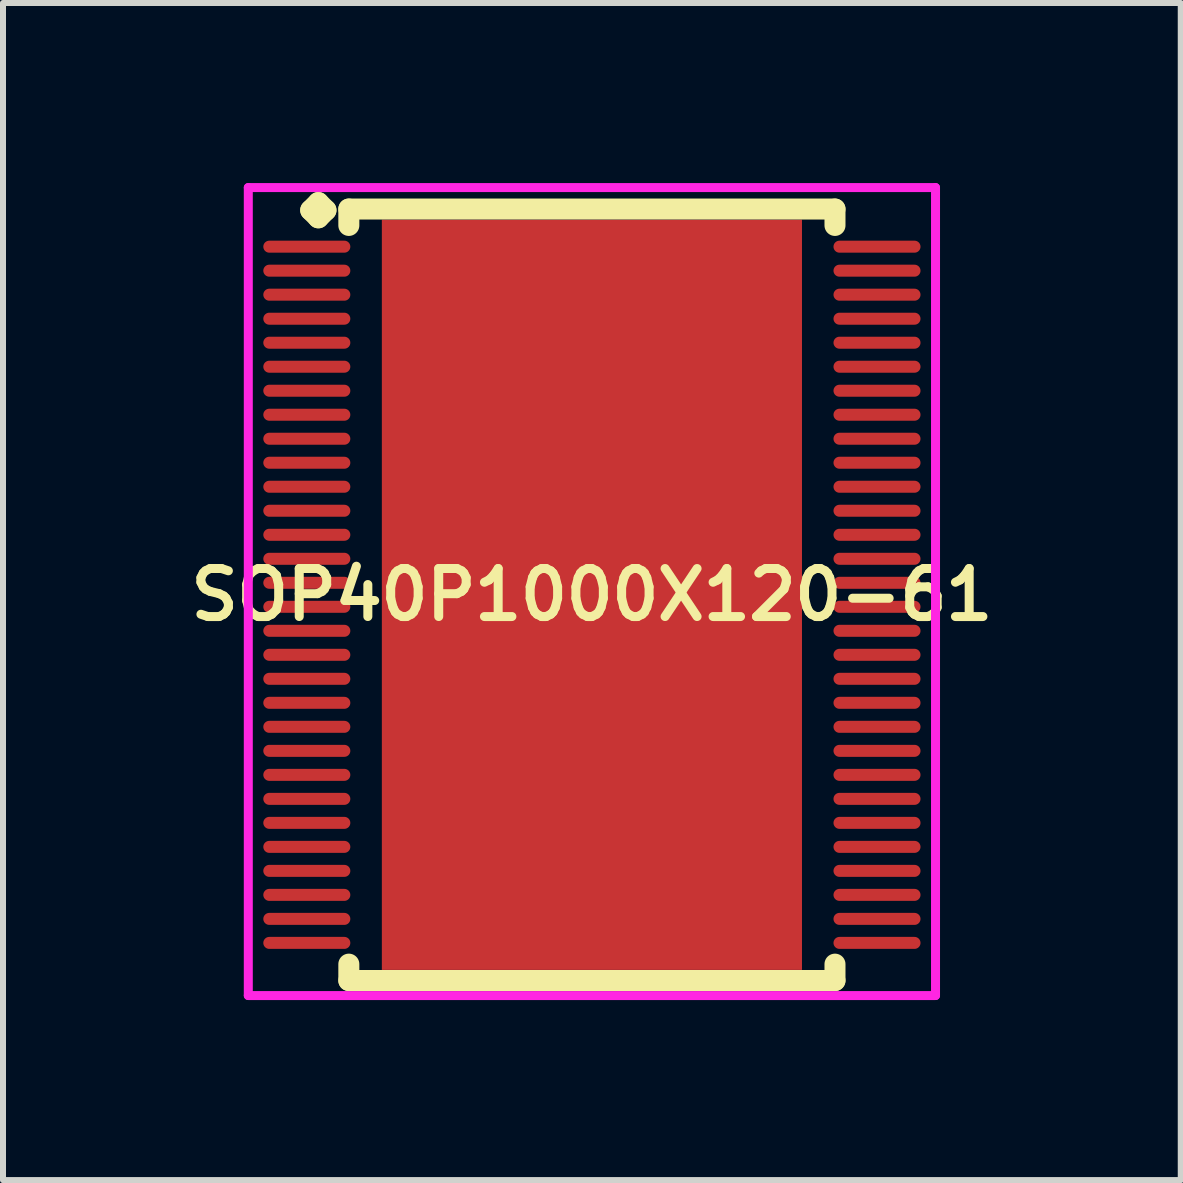
<source format=kicad_pcb>
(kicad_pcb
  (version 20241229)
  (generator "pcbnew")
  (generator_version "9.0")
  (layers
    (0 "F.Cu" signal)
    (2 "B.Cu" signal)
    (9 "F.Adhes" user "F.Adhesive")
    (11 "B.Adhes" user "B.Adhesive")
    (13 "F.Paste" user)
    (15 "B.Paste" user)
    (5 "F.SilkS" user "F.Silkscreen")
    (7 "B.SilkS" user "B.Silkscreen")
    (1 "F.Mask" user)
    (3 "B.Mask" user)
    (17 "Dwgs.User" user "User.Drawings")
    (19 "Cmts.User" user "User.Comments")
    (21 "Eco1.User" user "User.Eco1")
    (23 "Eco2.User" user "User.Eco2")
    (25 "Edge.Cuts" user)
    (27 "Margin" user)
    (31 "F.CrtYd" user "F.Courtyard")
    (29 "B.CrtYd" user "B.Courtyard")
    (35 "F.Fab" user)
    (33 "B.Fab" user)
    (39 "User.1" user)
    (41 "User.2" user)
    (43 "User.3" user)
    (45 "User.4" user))
  (footprint "SOP40P1000X120-61"
    (layer "F.Cu")
    (at 6.812 6.86)
    (property "Reference" "SOP40P1000X120-61" (at 0 0 0) (layer "F.SilkS") (effects (font (size 0.8 0.8) (thickness 0.15))))
    (attr smd)
    (fp_line (start -4.685 -6.408) (end -4.558 -6.535) (stroke (width 0.35) (type solid)) (layer "F.SilkS"))
    (fp_line (start -4.558 -6.535) (end -4.431 -6.408) (stroke (width 0.35) (type solid)) (layer "F.SilkS"))
    (fp_line (start -4.558 -6.281) (end -4.685 -6.408) (stroke (width 0.35) (type solid)) (layer "F.SilkS"))
    (fp_line (start -4.431 -6.408) (end -4.558 -6.281) (stroke (width 0.35) (type solid)) (layer "F.SilkS"))
    (fp_line (start -4.05 -6.427) (end 4.05 -6.427) (stroke (width 0.35) (type solid)) (layer "F.SilkS"))
    (fp_line (start -4.05 -6.154) (end -4.05 -6.427) (stroke (width 0.35) (type solid)) (layer "F.SilkS"))
    (fp_line (start -4.05 6.154) (end -4.05 6.427) (stroke (width 0.35) (type solid)) (layer "F.SilkS"))
    (fp_line (start -4.05 6.427) (end 4.05 6.427) (stroke (width 0.35) (type solid)) (layer "F.SilkS"))
    (fp_line (start 4.05 -6.427) (end 4.05 -6.154) (stroke (width 0.35) (type solid)) (layer "F.SilkS"))
    (fp_line (start 4.05 6.427) (end 4.05 6.154) (stroke (width 0.35) (type solid)) (layer "F.SilkS"))
    (fp_line (start -5.725 -6.785) (end 5.725 -6.785) (stroke (width 0.15) (type solid)) (layer "F.CrtYd"))
    (fp_line (start -5.725 6.677) (end -5.725 -6.785) (stroke (width 0.15) (type solid)) (layer "F.CrtYd"))
    (fp_line (start 5.725 -6.785) (end 5.725 6.677) (stroke (width 0.15) (type solid)) (layer "F.CrtYd"))
    (fp_line (start 5.725 6.677) (end -5.725 6.677) (stroke (width 0.15) (type solid)) (layer "F.CrtYd"))
    (pad "1" smd oval (at -4.75 -5.8) (size 1.45 0.2) (layers "F.Cu" "F.Mask" "F.Paste"))
    (pad "2" smd oval (at -4.75 -5.4) (size 1.45 0.2) (layers "F.Cu" "F.Mask" "F.Paste"))
    (pad "3" smd oval (at -4.75 -5) (size 1.45 0.2) (layers "F.Cu" "F.Mask" "F.Paste"))
    (pad "4" smd oval (at -4.75 -4.6) (size 1.45 0.2) (layers "F.Cu" "F.Mask" "F.Paste"))
    (pad "5" smd oval (at -4.75 -4.2) (size 1.45 0.2) (layers "F.Cu" "F.Mask" "F.Paste"))
    (pad "6" smd oval (at -4.75 -3.8) (size 1.45 0.2) (layers "F.Cu" "F.Mask" "F.Paste"))
    (pad "7" smd oval (at -4.75 -3.4) (size 1.45 0.2) (layers "F.Cu" "F.Mask" "F.Paste"))
    (pad "8" smd oval (at -4.75 -3) (size 1.45 0.2) (layers "F.Cu" "F.Mask" "F.Paste"))
    (pad "9" smd oval (at -4.75 -2.6) (size 1.45 0.2) (layers "F.Cu" "F.Mask" "F.Paste"))
    (pad "10" smd oval (at -4.75 -2.2) (size 1.45 0.2) (layers "F.Cu" "F.Mask" "F.Paste"))
    (pad "11" smd oval (at -4.75 -1.8) (size 1.45 0.2) (layers "F.Cu" "F.Mask" "F.Paste"))
    (pad "12" smd oval (at -4.75 -1.4) (size 1.45 0.2) (layers "F.Cu" "F.Mask" "F.Paste"))
    (pad "13" smd oval (at -4.75 -1) (size 1.45 0.2) (layers "F.Cu" "F.Mask" "F.Paste"))
    (pad "14" smd oval (at -4.75 -0.6) (size 1.45 0.2) (layers "F.Cu" "F.Mask" "F.Paste"))
    (pad "15" smd oval (at -4.75 -0.2) (size 1.45 0.2) (layers "F.Cu" "F.Mask" "F.Paste"))
    (pad "16" smd oval (at -4.75 0.2) (size 1.45 0.2) (layers "F.Cu" "F.Mask" "F.Paste"))
    (pad "17" smd oval (at -4.75 0.6) (size 1.45 0.2) (layers "F.Cu" "F.Mask" "F.Paste"))
    (pad "18" smd oval (at -4.75 1) (size 1.45 0.2) (layers "F.Cu" "F.Mask" "F.Paste"))
    (pad "19" smd oval (at -4.75 1.4) (size 1.45 0.2) (layers "F.Cu" "F.Mask" "F.Paste"))
    (pad "20" smd oval (at -4.75 1.8) (size 1.45 0.2) (layers "F.Cu" "F.Mask" "F.Paste"))
    (pad "21" smd oval (at -4.75 2.2) (size 1.45 0.2) (layers "F.Cu" "F.Mask" "F.Paste"))
    (pad "22" smd oval (at -4.75 2.6) (size 1.45 0.2) (layers "F.Cu" "F.Mask" "F.Paste"))
    (pad "23" smd oval (at -4.75 3) (size 1.45 0.2) (layers "F.Cu" "F.Mask" "F.Paste"))
    (pad "24" smd oval (at -4.75 3.4) (size 1.45 0.2) (layers "F.Cu" "F.Mask" "F.Paste"))
    (pad "25" smd oval (at -4.75 3.8) (size 1.45 0.2) (layers "F.Cu" "F.Mask" "F.Paste"))
    (pad "26" smd oval (at -4.75 4.2) (size 1.45 0.2) (layers "F.Cu" "F.Mask" "F.Paste"))
    (pad "27" smd oval (at -4.75 4.6) (size 1.45 0.2) (layers "F.Cu" "F.Mask" "F.Paste"))
    (pad "28" smd oval (at -4.75 5) (size 1.45 0.2) (layers "F.Cu" "F.Mask" "F.Paste"))
    (pad "29" smd oval (at -4.75 5.4) (size 1.45 0.2) (layers "F.Cu" "F.Mask" "F.Paste"))
    (pad "30" smd oval (at -4.75 5.8) (size 1.45 0.2) (layers "F.Cu" "F.Mask" "F.Paste"))
    (pad "31" smd oval (at 4.75 5.8) (size 1.45 0.2) (layers "F.Cu" "F.Mask" "F.Paste"))
    (pad "32" smd oval (at 4.75 5.4) (size 1.45 0.2) (layers "F.Cu" "F.Mask" "F.Paste"))
    (pad "33" smd oval (at 4.75 5) (size 1.45 0.2) (layers "F.Cu" "F.Mask" "F.Paste"))
    (pad "34" smd oval (at 4.75 4.6) (size 1.45 0.2) (layers "F.Cu" "F.Mask" "F.Paste"))
    (pad "35" smd oval (at 4.75 4.2) (size 1.45 0.2) (layers "F.Cu" "F.Mask" "F.Paste"))
    (pad "36" smd oval (at 4.75 3.8) (size 1.45 0.2) (layers "F.Cu" "F.Mask" "F.Paste"))
    (pad "37" smd oval (at 4.75 3.4) (size 1.45 0.2) (layers "F.Cu" "F.Mask" "F.Paste"))
    (pad "38" smd oval (at 4.75 3) (size 1.45 0.2) (layers "F.Cu" "F.Mask" "F.Paste"))
    (pad "39" smd oval (at 4.75 2.6) (size 1.45 0.2) (layers "F.Cu" "F.Mask" "F.Paste"))
    (pad "40" smd oval (at 4.75 2.2) (size 1.45 0.2) (layers "F.Cu" "F.Mask" "F.Paste"))
    (pad "41" smd oval (at 4.75 1.8) (size 1.45 0.2) (layers "F.Cu" "F.Mask" "F.Paste"))
    (pad "42" smd oval (at 4.75 1.4) (size 1.45 0.2) (layers "F.Cu" "F.Mask" "F.Paste"))
    (pad "43" smd oval (at 4.75 1) (size 1.45 0.2) (layers "F.Cu" "F.Mask" "F.Paste"))
    (pad "44" smd oval (at 4.75 0.6) (size 1.45 0.2) (layers "F.Cu" "F.Mask" "F.Paste"))
    (pad "45" smd oval (at 4.75 0.2) (size 1.45 0.2) (layers "F.Cu" "F.Mask" "F.Paste"))
    (pad "46" smd oval (at 4.75 -0.2) (size 1.45 0.2) (layers "F.Cu" "F.Mask" "F.Paste"))
    (pad "47" smd oval (at 4.75 -0.6) (size 1.45 0.2) (layers "F.Cu" "F.Mask" "F.Paste"))
    (pad "48" smd oval (at 4.75 -1) (size 1.45 0.2) (layers "F.Cu" "F.Mask" "F.Paste"))
    (pad "49" smd oval (at 4.75 -1.4) (size 1.45 0.2) (layers "F.Cu" "F.Mask" "F.Paste"))
    (pad "50" smd oval (at 4.75 -1.8) (size 1.45 0.2) (layers "F.Cu" "F.Mask" "F.Paste"))
    (pad "51" smd oval (at 4.75 -2.2) (size 1.45 0.2) (layers "F.Cu" "F.Mask" "F.Paste"))
    (pad "52" smd oval (at 4.75 -2.6) (size 1.45 0.2) (layers "F.Cu" "F.Mask" "F.Paste"))
    (pad "53" smd oval (at 4.75 -3) (size 1.45 0.2) (layers "F.Cu" "F.Mask" "F.Paste"))
    (pad "54" smd oval (at 4.75 -3.4) (size 1.45 0.2) (layers "F.Cu" "F.Mask" "F.Paste"))
    (pad "55" smd oval (at 4.75 -3.8) (size 1.45 0.2) (layers "F.Cu" "F.Mask" "F.Paste"))
    (pad "56" smd oval (at 4.75 -4.2) (size 1.45 0.2) (layers "F.Cu" "F.Mask" "F.Paste"))
    (pad "57" smd oval (at 4.75 -4.6) (size 1.45 0.2) (layers "F.Cu" "F.Mask" "F.Paste"))
    (pad "58" smd oval (at 4.75 -5) (size 1.45 0.2) (layers "F.Cu" "F.Mask" "F.Paste"))
    (pad "59" smd oval (at 4.75 -5.4) (size 1.45 0.2) (layers "F.Cu" "F.Mask" "F.Paste"))
    (pad "60" smd oval (at 4.75 -5.8) (size 1.45 0.2) (layers "F.Cu" "F.Mask" "F.Paste"))
    (pad "61" smd rect (at 0 0) (size 7 12.5) (layers "F.Cu" "F.Mask" "F.Paste")))
  (gr_rect
    (start -3 -3)
    (end 16.623 16.612)
    (stroke (width 0.1) (type default))
    (fill no)
    (layer "Edge.Cuts")))
</source>
